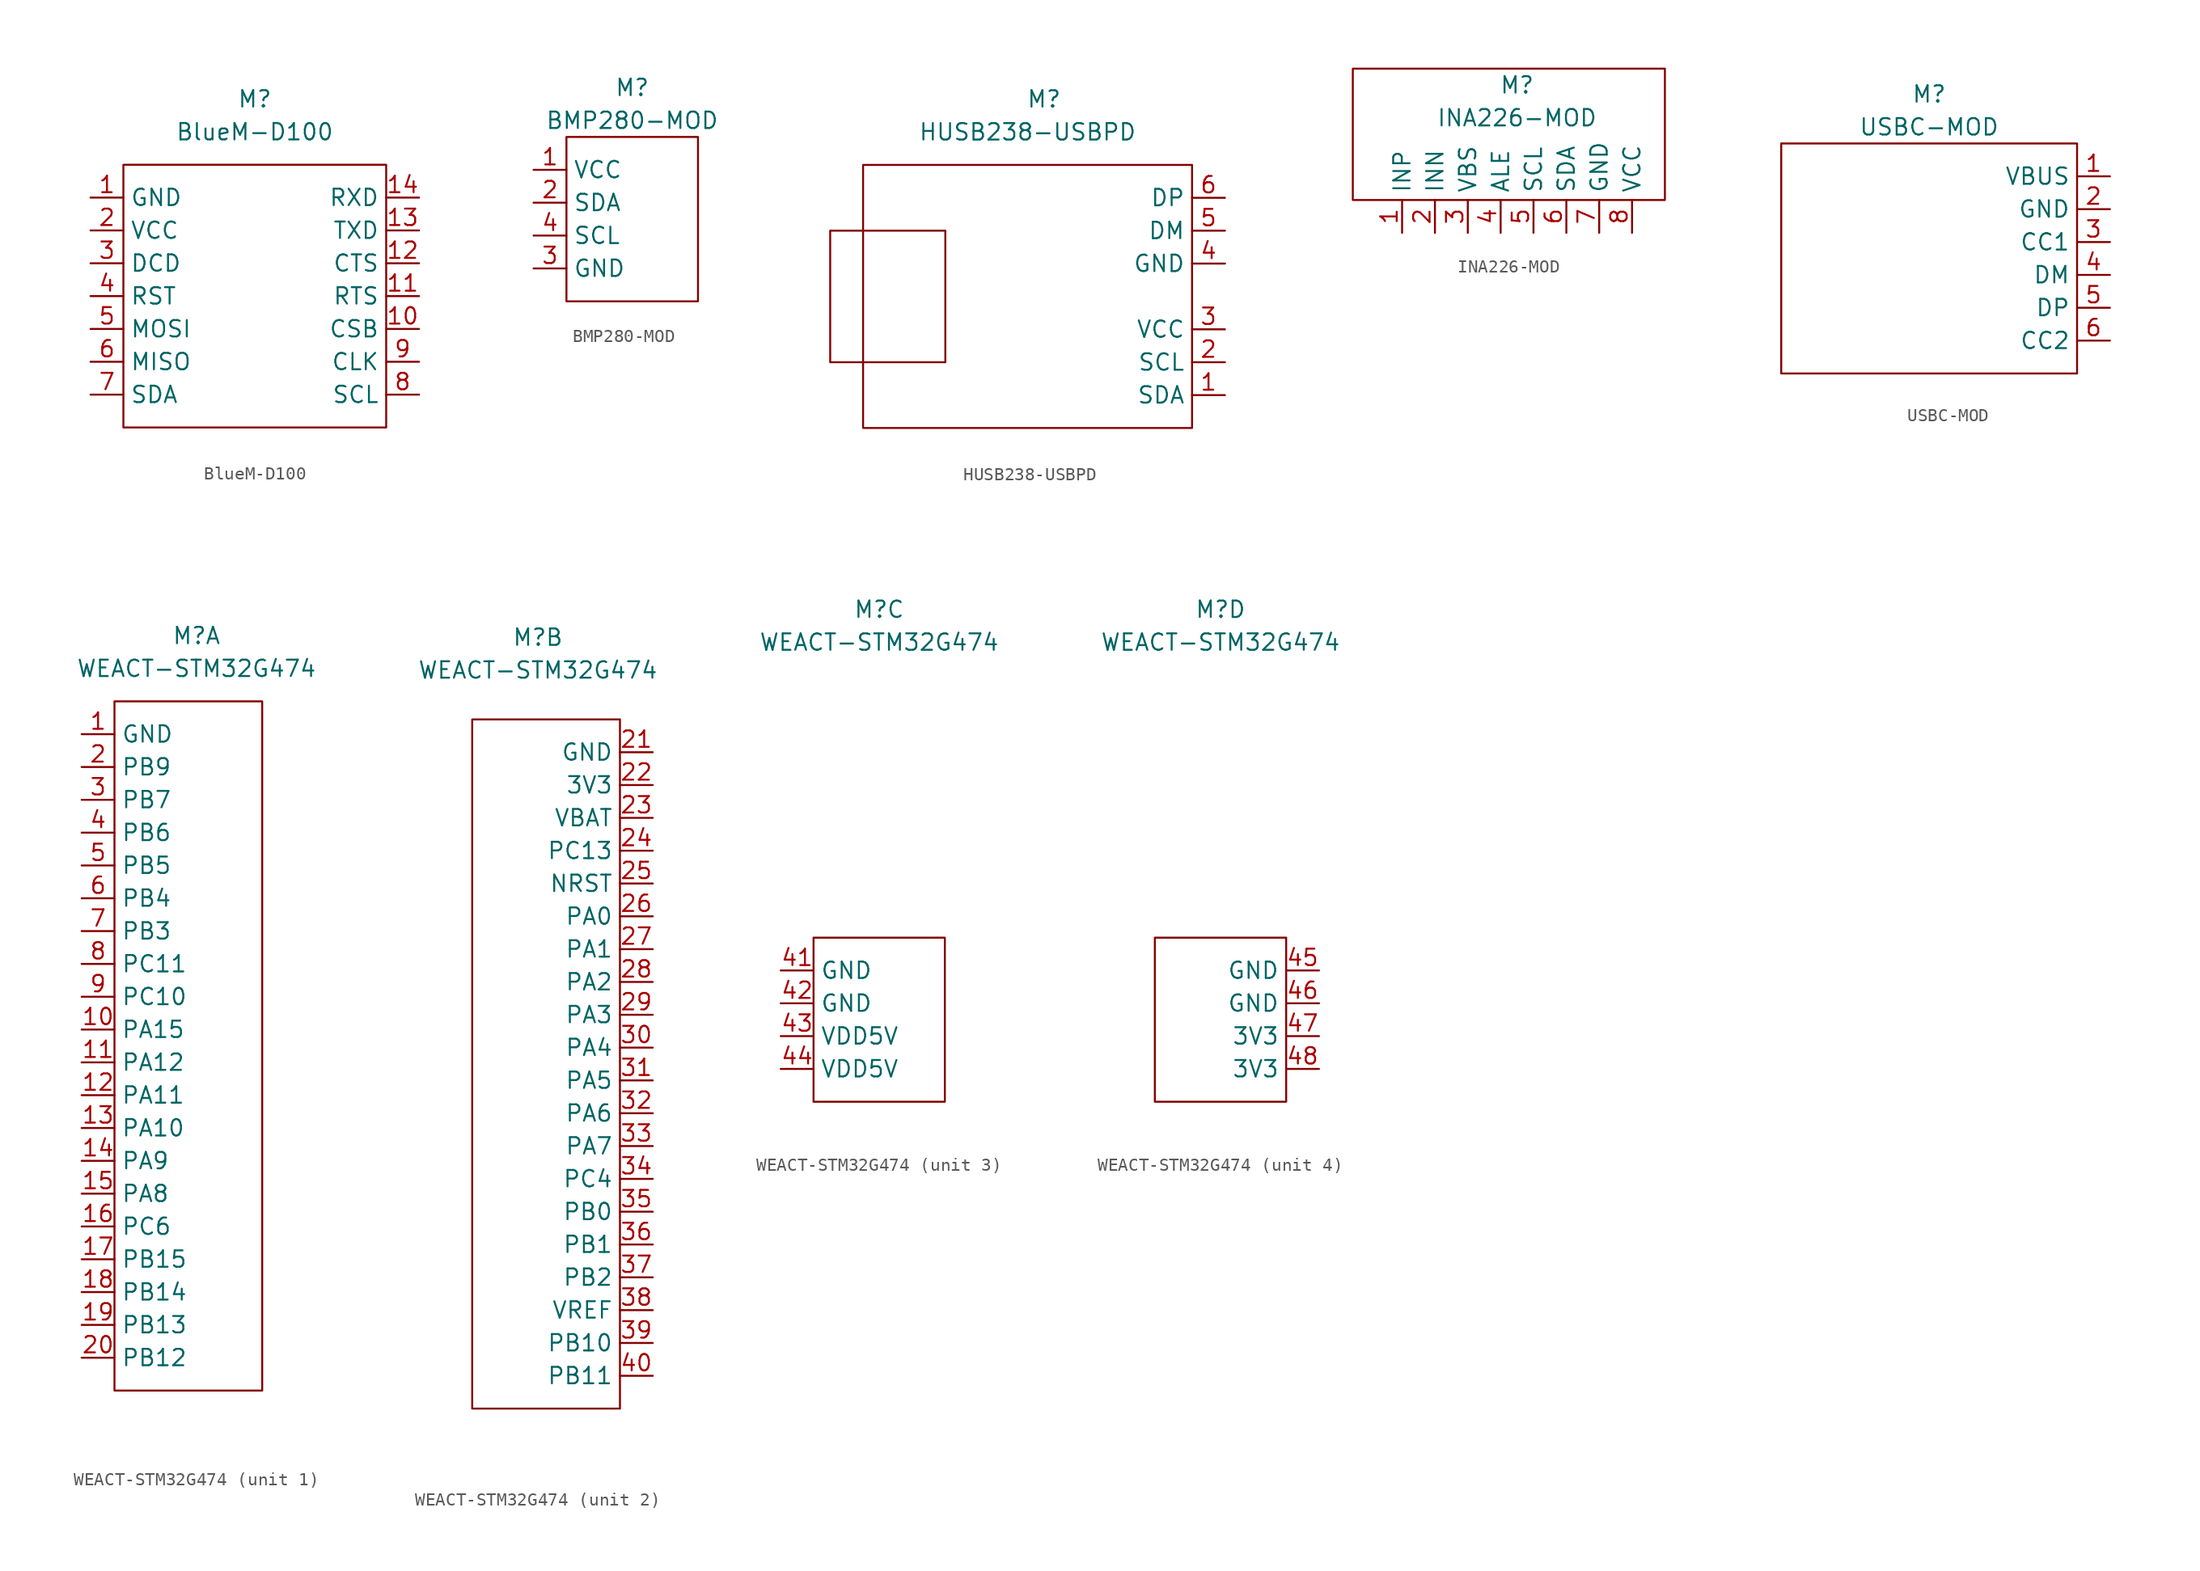
<source format=kicad_sym>
(kicad_symbol_lib
  (version 20241209)
  (generator "kicad_symbol_editor")
  (generator_version "9.0")
  (symbol "BlueM-D100"
    (property "Reference" "M"
      (at 0 15.24 0)
      (effects (font (size 1.27 1.27))))
    (property "Value" "BlueM-D100"
      (at 0 12.7 0)
      (effects (font (size 1.27 1.27))))
    (symbol "BlueM-D100_0_1"
      (rectangle (start -10.16 10.16) (end 10.16 -10.16) (stroke (width 0) (type default)) (fill (type none))))
    (symbol "BlueM-D100_1_1"
      (pin power_in line (at -12.7 7.62 0) (length 2.54) (name "GND" (effects (font (size 1.27 1.27)))) (number "1" (effects (font (size 1.27 1.27)))))
      (pin power_in line (at -12.7 5.08 0) (length 2.54) (name "VCC" (effects (font (size 1.27 1.27)))) (number "2" (effects (font (size 1.27 1.27)))))
      (pin output line (at -12.7 2.54 0) (length 2.54) (name "DCD" (effects (font (size 1.27 1.27)))) (number "3" (effects (font (size 1.27 1.27)))))
      (pin input line (at -12.7 0 0) (length 2.54) (name "RST" (effects (font (size 1.27 1.27)))) (number "4" (effects (font (size 1.27 1.27)))))
      (pin input line (at -12.7 -2.54 0) (length 2.54) (name "MOSI" (effects (font (size 1.27 1.27)))) (number "5" (effects (font (size 1.27 1.27)))))
      (pin output line (at -12.7 -5.08 0) (length 2.54) (name "MISO" (effects (font (size 1.27 1.27)))) (number "6" (effects (font (size 1.27 1.27)))))
      (pin bidirectional line (at -12.7 -7.62 0) (length 2.54) (name "SDA" (effects (font (size 1.27 1.27)))) (number "7" (effects (font (size 1.27 1.27)))))
      (pin input line (at 12.7 7.62 180) (length 2.54) (name "RXD" (effects (font (size 1.27 1.27)))) (number "14" (effects (font (size 1.27 1.27)))))
      (pin output line (at 12.7 5.08 180) (length 2.54) (name "TXD" (effects (font (size 1.27 1.27)))) (number "13" (effects (font (size 1.27 1.27)))))
      (pin input line (at 12.7 2.54 180) (length 2.54) (name "CTS" (effects (font (size 1.27 1.27)))) (number "12" (effects (font (size 1.27 1.27)))))
      (pin input line (at 12.7 0 180) (length 2.54) (name "RTS" (effects (font (size 1.27 1.27)))) (number "11" (effects (font (size 1.27 1.27)))))
      (pin input line (at 12.7 -2.54 180) (length 2.54) (name "CSB" (effects (font (size 1.27 1.27)))) (number "10" (effects (font (size 1.27 1.27)))))
      (pin input line (at 12.7 -5.08 180) (length 2.54) (name "CLK" (effects (font (size 1.27 1.27)))) (number "9" (effects (font (size 1.27 1.27)))))
      (pin input line (at 12.7 -7.62 180) (length 2.54) (name "SCL" (effects (font (size 1.27 1.27)))) (number "8" (effects (font (size 1.27 1.27)))))))
  (symbol "BMP280-MOD"
    (property "Reference" "M"
      (at 0 6.35 0)
      (effects (font (size 1.27 1.27))))
    (property "Value" "BMP280-MOD"
      (at 0 3.81 0)
      (effects (font (size 1.27 1.27))))
    (symbol "BMP280-MOD_0_1"
      (rectangle (start -5.08 2.54) (end 5.08 -10.16) (stroke (width 0) (type default)) (fill (type none))))
    (symbol "BMP280-MOD_1_1"
      (pin power_in line (at -7.62 0 0) (length 2.54) (name "VCC" (effects (font (size 1.27 1.27)))) (number "1" (effects (font (size 1.27 1.27)))))
      (pin bidirectional line (at -7.62 -2.54 0) (length 2.54) (name "SDA" (effects (font (size 1.27 1.27)))) (number "2" (effects (font (size 1.27 1.27)))))
      (pin input line (at -7.62 -5.08 0) (length 2.54) (name "SCL" (effects (font (size 1.27 1.27)))) (number "4" (effects (font (size 1.27 1.27)))))
      (pin power_in line (at -7.62 -7.62 0) (length 2.54) (name "GND" (effects (font (size 1.27 1.27)))) (number "3" (effects (font (size 1.27 1.27)))))))
  (symbol "HUSB238-USBPD"
    (property "Reference" "M"
      (at 0 15.24 0)
      (effects (font (size 1.27 1.27))))
    (property "Value" "HUSB238-USBPD"
      (at -1.27 12.7 0)
      (effects (font (size 1.27 1.27))))
    (symbol "HUSB238-USBPD_0_0"
      (pin bidirectional line (at 13.97 7.62 180) (length 2.54) (name "DP" (effects (font (size 1.27 1.27)))) (number "6" (effects (font (size 1.27 1.27)))))
      (pin bidirectional line (at 13.97 5.08 180) (length 2.54) (name "DM" (effects (font (size 1.27 1.27)))) (number "5" (effects (font (size 1.27 1.27)))))
      (pin power_in line (at 13.97 2.54 180) (length 2.54) (name "GND" (effects (font (size 1.27 1.27)))) (number "4" (effects (font (size 1.27 1.27)))))
      (pin power_out line (at 13.97 -2.54 180) (length 2.54) (name "VCC" (effects (font (size 1.27 1.27)))) (number "3" (effects (font (size 1.27 1.27)))))
      (pin input line (at 13.97 -5.08 180) (length 2.54) (name "SCL" (effects (font (size 1.27 1.27)))) (number "2" (effects (font (size 1.27 1.27)))))
      (pin bidirectional line (at 13.97 -7.62 180) (length 2.54) (name "SDA" (effects (font (size 1.27 1.27)))) (number "1" (effects (font (size 1.27 1.27))))))
    (symbol "HUSB238-USBPD_0_1"
      (rectangle (start -16.51 5.08) (end -7.62 -5.08) (stroke (width 0) (type default)) (fill (type none)))
      (rectangle (start -13.97 10.16) (end 11.43 -10.16) (stroke (width 0) (type default)) (fill (type none)))))
  (symbol "INA226-MOD"
    (property "Reference" "M"
      (at 0 5.08 0)
      (effects (font (size 1.27 1.27))))
    (property "Value" "INA226-MOD"
      (at 0 2.54 0)
      (effects (font (size 1.27 1.27))))
    (symbol "INA226-MOD_0_1"
      (rectangle (start -12.7 -3.81) (end 11.43 6.35) (stroke (width 0) (type default)) (fill (type none))))
    (symbol "INA226-MOD_1_1"
      (pin power_in line (at -8.89 -6.35 90) (length 2.54) (name "INP" (effects (font (size 1.27 1.27)))) (number "1" (effects (font (size 1.27 1.27)))))
      (pin power_out line (at -6.35 -6.35 90) (length 2.54) (name "INN" (effects (font (size 1.27 1.27)))) (number "2" (effects (font (size 1.27 1.27)))))
      (pin passive line (at -3.81 -6.35 90) (length 2.54) (name "VBS" (effects (font (size 1.27 1.27)))) (number "3" (effects (font (size 1.27 1.27)))))
      (pin output line (at -1.27 -6.35 90) (length 2.54) (name "ALE" (effects (font (size 1.27 1.27)))) (number "4" (effects (font (size 1.27 1.27)))))
      (pin input line (at 1.27 -6.35 90) (length 2.54) (name "SCL" (effects (font (size 1.27 1.27)))) (number "5" (effects (font (size 1.27 1.27)))))
      (pin bidirectional line (at 3.81 -6.35 90) (length 2.54) (name "SDA" (effects (font (size 1.27 1.27)))) (number "6" (effects (font (size 1.27 1.27)))))
      (pin power_in line (at 6.35 -6.35 90) (length 2.54) (name "GND" (effects (font (size 1.27 1.27)))) (number "7" (effects (font (size 1.27 1.27)))))
      (pin power_in line (at 8.89 -6.35 90) (length 2.54) (name "VCC" (effects (font (size 1.27 1.27)))) (number "8" (effects (font (size 1.27 1.27)))))))
  (symbol "USBC-MOD"
    (property "Reference" "M"
      (at 0 12.7 0)
      (effects (font (size 1.27 1.27))))
    (property "Value" "USBC-MOD"
      (at 0 10.16 0)
      (effects (font (size 1.27 1.27))))
    (symbol "USBC-MOD_0_0"
      (pin power_in line (at 13.97 6.35 180) (length 2.54) (name "VBUS" (effects (font (size 1.27 1.27)))) (number "1" (effects (font (size 1.27 1.27)))))
      (pin power_in line (at 13.97 3.81 180) (length 2.54) (name "GND" (effects (font (size 1.27 1.27)))) (number "2" (effects (font (size 1.27 1.27)))))
      (pin bidirectional line (at 13.97 1.27 180) (length 2.54) (name "CC1" (effects (font (size 1.27 1.27)))) (number "3" (effects (font (size 1.27 1.27)))))
      (pin bidirectional line (at 13.97 -1.27 180) (length 2.54) (name "DM" (effects (font (size 1.27 1.27)))) (number "4" (effects (font (size 1.27 1.27)))))
      (pin bidirectional line (at 13.97 -3.81 180) (length 2.54) (name "DP" (effects (font (size 1.27 1.27)))) (number "5" (effects (font (size 1.27 1.27)))))
      (pin bidirectional line (at 13.97 -6.35 180) (length 2.54) (name "CC2" (effects (font (size 1.27 1.27)))) (number "6" (effects (font (size 1.27 1.27))))))
    (symbol "USBC-MOD_0_1"
      (rectangle (start -11.43 8.89) (end 11.43 -8.89) (stroke (width 0) (type default)) (fill (type none)))))
  (symbol "WEACT-STM32G474"
    (property "Reference" "M"
      (at 0 31.75 0)
      (effects (font (size 1.27 1.27))))
    (property "Value" "WEACT-STM32G474"
      (at 0 29.21 0)
      (effects (font (size 1.27 1.27))))
    (property "ki_locked" ""
      (at 0 0 0)
      (effects (font (size 1.27 1.27))))
    (symbol "WEACT-STM32G474_1_1"
      (rectangle (start -6.35 26.67) (end 5.08 -26.67) (stroke (width 0) (type default)) (fill (type none)))
      (pin power_in line (at -8.89 24.13 0) (length 2.54) (name "GND" (effects (font (size 1.27 1.27)))) (number "1" (effects (font (size 1.27 1.27)))))
      (pin passive line (at -8.89 21.59 0) (length 2.54) (name "PB9" (effects (font (size 1.27 1.27)))) (number "2" (effects (font (size 1.27 1.27)))))
      (pin passive line (at -8.89 19.05 0) (length 2.54) (name "PB7" (effects (font (size 1.27 1.27)))) (number "3" (effects (font (size 1.27 1.27)))))
      (pin passive line (at -8.89 16.51 0) (length 2.54) (name "PB6" (effects (font (size 1.27 1.27)))) (number "4" (effects (font (size 1.27 1.27)))))
      (pin passive line (at -8.89 13.97 0) (length 2.54) (name "PB5" (effects (font (size 1.27 1.27)))) (number "5" (effects (font (size 1.27 1.27)))))
      (pin passive line (at -8.89 11.43 0) (length 2.54) (name "PB4" (effects (font (size 1.27 1.27)))) (number "6" (effects (font (size 1.27 1.27)))))
      (pin passive line (at -8.89 8.89 0) (length 2.54) (name "PB3" (effects (font (size 1.27 1.27)))) (number "7" (effects (font (size 1.27 1.27)))))
      (pin passive line (at -8.89 6.35 0) (length 2.54) (name "PC11" (effects (font (size 1.27 1.27)))) (number "8" (effects (font (size 1.27 1.27)))))
      (pin passive line (at -8.89 3.81 0) (length 2.54) (name "PC10" (effects (font (size 1.27 1.27)))) (number "9" (effects (font (size 1.27 1.27)))))
      (pin passive line (at -8.89 1.27 0) (length 2.54) (name "PA15" (effects (font (size 1.27 1.27)))) (number "10" (effects (font (size 1.27 1.27)))))
      (pin passive line (at -8.89 -1.27 0) (length 2.54) (name "PA12" (effects (font (size 1.27 1.27)))) (number "11" (effects (font (size 1.27 1.27)))))
      (pin passive line (at -8.89 -3.81 0) (length 2.54) (name "PA11" (effects (font (size 1.27 1.27)))) (number "12" (effects (font (size 1.27 1.27)))))
      (pin passive line (at -8.89 -6.35 0) (length 2.54) (name "PA10" (effects (font (size 1.27 1.27)))) (number "13" (effects (font (size 1.27 1.27)))))
      (pin passive line (at -8.89 -8.89 0) (length 2.54) (name "PA9" (effects (font (size 1.27 1.27)))) (number "14" (effects (font (size 1.27 1.27)))))
      (pin passive line (at -8.89 -11.43 0) (length 2.54) (name "PA8" (effects (font (size 1.27 1.27)))) (number "15" (effects (font (size 1.27 1.27)))))
      (pin passive line (at -8.89 -13.97 0) (length 2.54) (name "PC6" (effects (font (size 1.27 1.27)))) (number "16" (effects (font (size 1.27 1.27)))))
      (pin passive line (at -8.89 -16.51 0) (length 2.54) (name "PB15" (effects (font (size 1.27 1.27)))) (number "17" (effects (font (size 1.27 1.27)))))
      (pin passive line (at -8.89 -19.05 0) (length 2.54) (name "PB14" (effects (font (size 1.27 1.27)))) (number "18" (effects (font (size 1.27 1.27)))))
      (pin passive line (at -8.89 -21.59 0) (length 2.54) (name "PB13" (effects (font (size 1.27 1.27)))) (number "19" (effects (font (size 1.27 1.27)))))
      (pin passive line (at -8.89 -24.13 0) (length 2.54) (name "PB12" (effects (font (size 1.27 1.27)))) (number "20" (effects (font (size 1.27 1.27))))))
    (symbol "WEACT-STM32G474_2_1"
      (rectangle (start -5.08 25.4) (end 6.35 -27.94) (stroke (width 0) (type default)) (fill (type none)))
      (pin power_in line (at 8.89 22.86 180) (length 2.54) (name "GND" (effects (font (size 1.27 1.27)))) (number "21" (effects (font (size 1.27 1.27)))))
      (pin passive line (at 8.89 20.32 180) (length 2.54) (name "3V3" (effects (font (size 1.27 1.27)))) (number "22" (effects (font (size 1.27 1.27)))))
      (pin power_in line (at 8.89 17.78 180) (length 2.54) (name "VBAT" (effects (font (size 1.27 1.27)))) (number "23" (effects (font (size 1.27 1.27)))))
      (pin passive line (at 8.89 15.24 180) (length 2.54) (name "PC13" (effects (font (size 1.27 1.27)))) (number "24" (effects (font (size 1.27 1.27)))))
      (pin input line (at 8.89 12.7 180) (length 2.54) (name "NRST" (effects (font (size 1.27 1.27)))) (number "25" (effects (font (size 1.27 1.27)))))
      (pin passive line (at 8.89 10.16 180) (length 2.54) (name "PA0" (effects (font (size 1.27 1.27)))) (number "26" (effects (font (size 1.27 1.27)))))
      (pin passive line (at 8.89 7.62 180) (length 2.54) (name "PA1" (effects (font (size 1.27 1.27)))) (number "27" (effects (font (size 1.27 1.27)))))
      (pin passive line (at 8.89 5.08 180) (length 2.54) (name "PA2" (effects (font (size 1.27 1.27)))) (number "28" (effects (font (size 1.27 1.27)))))
      (pin passive line (at 8.89 2.54 180) (length 2.54) (name "PA3" (effects (font (size 1.27 1.27)))) (number "29" (effects (font (size 1.27 1.27)))))
      (pin passive line (at 8.89 0 180) (length 2.54) (name "PA4" (effects (font (size 1.27 1.27)))) (number "30" (effects (font (size 1.27 1.27)))))
      (pin passive line (at 8.89 -2.54 180) (length 2.54) (name "PA5" (effects (font (size 1.27 1.27)))) (number "31" (effects (font (size 1.27 1.27)))))
      (pin passive line (at 8.89 -5.08 180) (length 2.54) (name "PA6" (effects (font (size 1.27 1.27)))) (number "32" (effects (font (size 1.27 1.27)))))
      (pin passive line (at 8.89 -7.62 180) (length 2.54) (name "PA7" (effects (font (size 1.27 1.27)))) (number "33" (effects (font (size 1.27 1.27)))))
      (pin passive line (at 8.89 -10.16 180) (length 2.54) (name "PC4" (effects (font (size 1.27 1.27)))) (number "34" (effects (font (size 1.27 1.27)))))
      (pin passive line (at 8.89 -12.7 180) (length 2.54) (name "PB0" (effects (font (size 1.27 1.27)))) (number "35" (effects (font (size 1.27 1.27)))))
      (pin passive line (at 8.89 -15.24 180) (length 2.54) (name "PB1" (effects (font (size 1.27 1.27)))) (number "36" (effects (font (size 1.27 1.27)))))
      (pin passive line (at 8.89 -17.78 180) (length 2.54) (name "PB2" (effects (font (size 1.27 1.27)))) (number "37" (effects (font (size 1.27 1.27)))))
      (pin power_out line (at 8.89 -20.32 180) (length 2.54) (name "VREF" (effects (font (size 1.27 1.27)))) (number "38" (effects (font (size 1.27 1.27)))))
      (pin passive line (at 8.89 -22.86 180) (length 2.54) (name "PB10" (effects (font (size 1.27 1.27)))) (number "39" (effects (font (size 1.27 1.27)))))
      (pin passive line (at 8.89 -25.4 180) (length 2.54) (name "PB11" (effects (font (size 1.27 1.27)))) (number "40" (effects (font (size 1.27 1.27))))))
    (symbol "WEACT-STM32G474_3_1"
      (rectangle (start -5.08 6.35) (end 5.08 -6.35) (stroke (width 0) (type default)) (fill (type none)))
      (pin power_in line (at -7.62 3.81 0) (length 2.54) (name "GND" (effects (font (size 1.27 1.27)))) (number "41" (effects (font (size 1.27 1.27)))))
      (pin power_in line (at -7.62 1.27 0) (length 2.54) (name "GND" (effects (font (size 1.27 1.27)))) (number "42" (effects (font (size 1.27 1.27)))))
      (pin power_in line (at -7.62 -1.27 0) (length 2.54) (name "VDD5V" (effects (font (size 1.27 1.27)))) (number "43" (effects (font (size 1.27 1.27)))))
      (pin power_in line (at -7.62 -3.81 0) (length 2.54) (name "VDD5V" (effects (font (size 1.27 1.27)))) (number "44" (effects (font (size 1.27 1.27))))))
    (symbol "WEACT-STM32G474_4_1"
      (rectangle (start -5.08 6.35) (end 5.08 -6.35) (stroke (width 0) (type default)) (fill (type none)))
      (pin power_in line (at 7.62 3.81 180) (length 2.54) (name "GND" (effects (font (size 1.27 1.27)))) (number "45" (effects (font (size 1.27 1.27)))))
      (pin power_in line (at 7.62 1.27 180) (length 2.54) (name "GND" (effects (font (size 1.27 1.27)))) (number "46" (effects (font (size 1.27 1.27)))))
      (pin power_out line (at 7.62 -1.27 180) (length 2.54) (name "3V3" (effects (font (size 1.27 1.27)))) (number "47" (effects (font (size 1.27 1.27)))))
      (pin passive line (at 7.62 -3.81 180) (length 2.54) (name "3V3" (effects (font (size 1.27 1.27)))) (number "48" (effects (font (size 1.27 1.27))))))))
</source>
